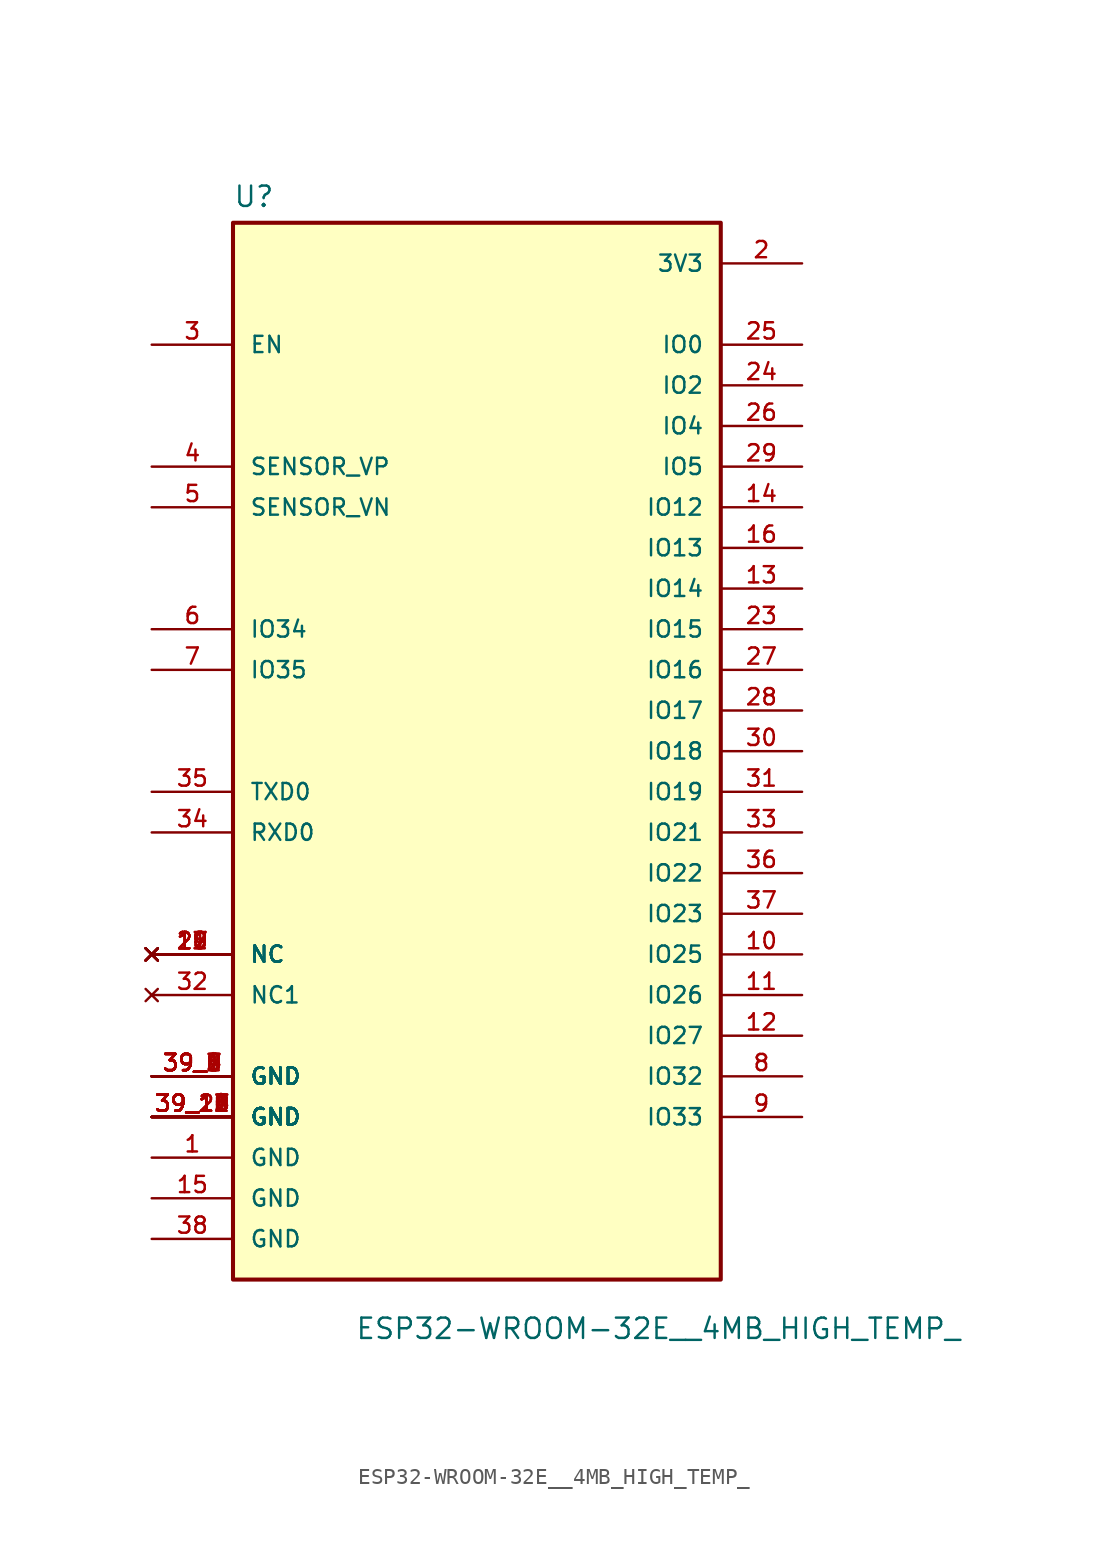
<source format=kicad_sym>
(kicad_symbol_lib
  (version 20220914)
  (generator kicad_symbol_editor)
  (symbol "ESP32-WROOM-32E__4MB_HIGH_TEMP_"
    (pin_names
      (offset 1.016))
    (property "Reference" "U"
      (at -15.24 33.909 0)
      (effects (font (size 1.27 1.27)) (justify left bottom)))
    (property "Value" "ESP32-WROOM-32E__4MB_HIGH_TEMP_"
      (at -7.62 -36.83 0)
      (effects (font (size 1.27 1.27)) (justify left bottom)))
    (symbol "ESP32-WROOM-32E__4MB_HIGH_TEMP__0_0"
      (rectangle (start -15.24 33.02) (end 15.24 -33.02) (stroke (width 0.254) (type default)) (fill (type background)))
      (pin power_in line (at -20.32 -25.4 0) (length 5.08) (name "GND" (effects (font (size 1.016 1.016)))) (number "1" (effects (font (size 1.016 1.016)))))
      (pin bidirectional line (at 20.32 -12.7 180) (length 5.08) (name "IO25" (effects (font (size 1.016 1.016)))) (number "10" (effects (font (size 1.016 1.016)))))
      (pin bidirectional line (at 20.32 -15.24 180) (length 5.08) (name "IO26" (effects (font (size 1.016 1.016)))) (number "11" (effects (font (size 1.016 1.016)))))
      (pin bidirectional line (at 20.32 -17.78 180) (length 5.08) (name "IO27" (effects (font (size 1.016 1.016)))) (number "12" (effects (font (size 1.016 1.016)))))
      (pin bidirectional line (at 20.32 10.16 180) (length 5.08) (name "IO14" (effects (font (size 1.016 1.016)))) (number "13" (effects (font (size 1.016 1.016)))))
      (pin bidirectional line (at 20.32 15.24 180) (length 5.08) (name "IO12" (effects (font (size 1.016 1.016)))) (number "14" (effects (font (size 1.016 1.016)))))
      (pin power_in line (at -20.32 -27.94 0) (length 5.08) (name "GND" (effects (font (size 1.016 1.016)))) (number "15" (effects (font (size 1.016 1.016)))))
      (pin bidirectional line (at 20.32 12.7 180) (length 5.08) (name "IO13" (effects (font (size 1.016 1.016)))) (number "16" (effects (font (size 1.016 1.016)))))
      (pin no_connect line (at -20.32 -12.7 0) (length 5.08) (name "NC" (effects (font (size 1.016 1.016)))) (number "17" (effects (font (size 1.016 1.016)))))
      (pin no_connect line (at -20.32 -12.7 0) (length 5.08) (name "NC" (effects (font (size 1.016 1.016)))) (number "18" (effects (font (size 1.016 1.016)))))
      (pin no_connect line (at -20.32 -12.7 0) (length 5.08) (name "NC" (effects (font (size 1.016 1.016)))) (number "19" (effects (font (size 1.016 1.016)))))
      (pin power_in line (at 20.32 30.48 180) (length 5.08) (name "3V3" (effects (font (size 1.016 1.016)))) (number "2" (effects (font (size 1.016 1.016)))))
      (pin no_connect line (at -20.32 -12.7 0) (length 5.08) (name "NC" (effects (font (size 1.016 1.016)))) (number "20" (effects (font (size 1.016 1.016)))))
      (pin no_connect line (at -20.32 -12.7 0) (length 5.08) (name "NC" (effects (font (size 1.016 1.016)))) (number "21" (effects (font (size 1.016 1.016)))))
      (pin no_connect line (at -20.32 -12.7 0) (length 5.08) (name "NC" (effects (font (size 1.016 1.016)))) (number "22" (effects (font (size 1.016 1.016)))))
      (pin bidirectional line (at 20.32 7.62 180) (length 5.08) (name "IO15" (effects (font (size 1.016 1.016)))) (number "23" (effects (font (size 1.016 1.016)))))
      (pin bidirectional line (at 20.32 22.86 180) (length 5.08) (name "IO2" (effects (font (size 1.016 1.016)))) (number "24" (effects (font (size 1.016 1.016)))))
      (pin bidirectional line (at 20.32 25.4 180) (length 5.08) (name "IO0" (effects (font (size 1.016 1.016)))) (number "25" (effects (font (size 1.016 1.016)))))
      (pin bidirectional line (at 20.32 20.32 180) (length 5.08) (name "IO4" (effects (font (size 1.016 1.016)))) (number "26" (effects (font (size 1.016 1.016)))))
      (pin bidirectional line (at 20.32 5.08 180) (length 5.08) (name "IO16" (effects (font (size 1.016 1.016)))) (number "27" (effects (font (size 1.016 1.016)))))
      (pin bidirectional line (at 20.32 2.54 180) (length 5.08) (name "IO17" (effects (font (size 1.016 1.016)))) (number "28" (effects (font (size 1.016 1.016)))))
      (pin bidirectional line (at 20.32 17.78 180) (length 5.08) (name "IO5" (effects (font (size 1.016 1.016)))) (number "29" (effects (font (size 1.016 1.016)))))
      (pin input line (at -20.32 25.4 0) (length 5.08) (name "EN" (effects (font (size 1.016 1.016)))) (number "3" (effects (font (size 1.016 1.016)))))
      (pin bidirectional line (at 20.32 0 180) (length 5.08) (name "IO18" (effects (font (size 1.016 1.016)))) (number "30" (effects (font (size 1.016 1.016)))))
      (pin bidirectional line (at 20.32 -2.54 180) (length 5.08) (name "IO19" (effects (font (size 1.016 1.016)))) (number "31" (effects (font (size 1.016 1.016)))))
      (pin no_connect line (at -20.32 -15.24 0) (length 5.08) (name "NC1" (effects (font (size 1.016 1.016)))) (number "32" (effects (font (size 1.016 1.016)))))
      (pin bidirectional line (at 20.32 -5.08 180) (length 5.08) (name "IO21" (effects (font (size 1.016 1.016)))) (number "33" (effects (font (size 1.016 1.016)))))
      (pin bidirectional line (at -20.32 -5.08 0) (length 5.08) (name "RXD0" (effects (font (size 1.016 1.016)))) (number "34" (effects (font (size 1.016 1.016)))))
      (pin bidirectional line (at -20.32 -2.54 0) (length 5.08) (name "TXD0" (effects (font (size 1.016 1.016)))) (number "35" (effects (font (size 1.016 1.016)))))
      (pin bidirectional line (at 20.32 -7.62 180) (length 5.08) (name "IO22" (effects (font (size 1.016 1.016)))) (number "36" (effects (font (size 1.016 1.016)))))
      (pin bidirectional line (at 20.32 -10.16 180) (length 5.08) (name "IO23" (effects (font (size 1.016 1.016)))) (number "37" (effects (font (size 1.016 1.016)))))
      (pin power_in line (at -20.32 -30.48 0) (length 5.08) (name "GND" (effects (font (size 1.016 1.016)))) (number "38" (effects (font (size 1.016 1.016)))))
      (pin power_in line (at -20.32 -20.32 0) (length 5.08) (name "GND" (effects (font (size 1.016 1.016)))) (number "39_1" (effects (font (size 1.016 1.016)))))
      (pin power_in line (at -20.32 -20.32 0) (length 5.08) (name "GND" (effects (font (size 1.016 1.016)))) (number "39_2" (effects (font (size 1.016 1.016)))))
      (pin power_in line (at -20.32 -20.32 0) (length 5.08) (name "GND" (effects (font (size 1.016 1.016)))) (number "39_3" (effects (font (size 1.016 1.016)))))
      (pin power_in line (at -20.32 -20.32 0) (length 5.08) (name "GND" (effects (font (size 1.016 1.016)))) (number "39_4" (effects (font (size 1.016 1.016)))))
      (pin power_in line (at -20.32 -20.32 0) (length 5.08) (name "GND" (effects (font (size 1.016 1.016)))) (number "39_5" (effects (font (size 1.016 1.016)))))
      (pin power_in line (at -20.32 -20.32 0) (length 5.08) (name "GND" (effects (font (size 1.016 1.016)))) (number "39_6" (effects (font (size 1.016 1.016)))))
      (pin power_in line (at -20.32 -20.32 0) (length 5.08) (name "GND" (effects (font (size 1.016 1.016)))) (number "39_7" (effects (font (size 1.016 1.016)))))
      (pin power_in line (at -20.32 -20.32 0) (length 5.08) (name "GND" (effects (font (size 1.016 1.016)))) (number "39_8" (effects (font (size 1.016 1.016)))))
      (pin power_in line (at -20.32 -20.32 0) (length 5.08) (name "GND" (effects (font (size 1.016 1.016)))) (number "39_9" (effects (font (size 1.016 1.016)))))
      (pin input line (at -20.32 17.78 0) (length 5.08) (name "SENSOR_VP" (effects (font (size 1.016 1.016)))) (number "4" (effects (font (size 1.016 1.016)))))
      (pin input line (at -20.32 15.24 0) (length 5.08) (name "SENSOR_VN" (effects (font (size 1.016 1.016)))) (number "5" (effects (font (size 1.016 1.016)))))
      (pin input line (at -20.32 7.62 0) (length 5.08) (name "IO34" (effects (font (size 1.016 1.016)))) (number "6" (effects (font (size 1.016 1.016)))))
      (pin input line (at -20.32 5.08 0) (length 5.08) (name "IO35" (effects (font (size 1.016 1.016)))) (number "7" (effects (font (size 1.016 1.016)))))
      (pin bidirectional line (at 20.32 -20.32 180) (length 5.08) (name "IO32" (effects (font (size 1.016 1.016)))) (number "8" (effects (font (size 1.016 1.016)))))
      (pin bidirectional line (at 20.32 -22.86 180) (length 5.08) (name "IO33" (effects (font (size 1.016 1.016)))) (number "9" (effects (font (size 1.016 1.016))))))
    (symbol "ESP32-WROOM-32E__4MB_HIGH_TEMP__1_0"
      (pin power_in line (at -20.32 -22.86 0) (length 5.08) (name "GND" (effects (font (size 1.016 1.016)))) (number "39_10" (effects (font (size 1.016 1.016)))))
      (pin power_in line (at -20.32 -22.86 0) (length 5.08) (name "GND" (effects (font (size 1.016 1.016)))) (number "39_11" (effects (font (size 1.016 1.016)))))
      (pin power_in line (at -20.32 -22.86 0) (length 5.08) (name "GND" (effects (font (size 1.016 1.016)))) (number "39_12" (effects (font (size 1.016 1.016)))))
      (pin power_in line (at -20.32 -22.86 0) (length 5.08) (name "GND" (effects (font (size 1.016 1.016)))) (number "39_13" (effects (font (size 1.016 1.016)))))
      (pin power_in line (at -20.32 -22.86 0) (length 5.08) (name "GND" (effects (font (size 1.016 1.016)))) (number "39_14" (effects (font (size 1.016 1.016)))))
      (pin power_in line (at -20.32 -22.86 0) (length 5.08) (name "GND" (effects (font (size 1.016 1.016)))) (number "39_15" (effects (font (size 1.016 1.016)))))
      (pin power_in line (at -20.32 -22.86 0) (length 5.08) (name "GND" (effects (font (size 1.016 1.016)))) (number "39_16" (effects (font (size 1.016 1.016)))))
      (pin power_in line (at -20.32 -22.86 0) (length 5.08) (name "GND" (effects (font (size 1.016 1.016)))) (number "39_17" (effects (font (size 1.016 1.016)))))
      (pin power_in line (at -20.32 -22.86 0) (length 5.08) (name "GND" (effects (font (size 1.016 1.016)))) (number "39_18" (effects (font (size 1.016 1.016)))))
      (pin power_in line (at -20.32 -22.86 0) (length 5.08) (name "GND" (effects (font (size 1.016 1.016)))) (number "39_19" (effects (font (size 1.016 1.016)))))
      (pin power_in line (at -20.32 -22.86 0) (length 5.08) (name "GND" (effects (font (size 1.016 1.016)))) (number "39_20" (effects (font (size 1.016 1.016)))))
      (pin power_in line (at -20.32 -22.86 0) (length 5.08) (name "GND" (effects (font (size 1.016 1.016)))) (number "39_21" (effects (font (size 1.016 1.016))))))))
</source>
